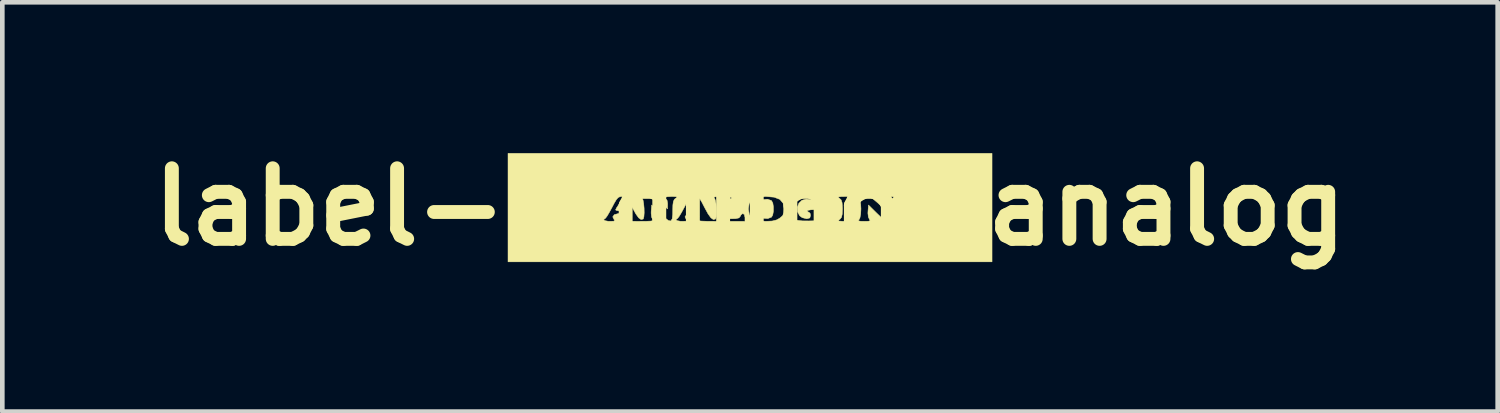
<source format=kicad_pcb>
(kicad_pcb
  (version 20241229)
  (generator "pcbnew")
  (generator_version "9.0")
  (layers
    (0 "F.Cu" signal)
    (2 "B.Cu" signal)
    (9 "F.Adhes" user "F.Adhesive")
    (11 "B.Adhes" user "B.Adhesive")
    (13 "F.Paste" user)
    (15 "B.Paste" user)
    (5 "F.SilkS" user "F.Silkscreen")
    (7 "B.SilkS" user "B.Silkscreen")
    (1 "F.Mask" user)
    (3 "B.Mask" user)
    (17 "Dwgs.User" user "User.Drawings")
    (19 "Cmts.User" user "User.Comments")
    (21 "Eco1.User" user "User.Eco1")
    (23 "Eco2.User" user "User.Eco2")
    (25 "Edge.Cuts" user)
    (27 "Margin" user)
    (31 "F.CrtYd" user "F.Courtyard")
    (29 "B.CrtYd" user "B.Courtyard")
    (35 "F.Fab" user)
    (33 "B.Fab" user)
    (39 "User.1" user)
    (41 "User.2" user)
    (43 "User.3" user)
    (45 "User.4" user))
  (footprint "label-arduino-analog"
    (layer "F.Cu")
    (at 13.143 1.418)
    (property "Reference" "label-arduino-analog" (at 0 0 0) (layer "F.SilkS") (effects (font (size 1.524 1.524) (thickness 0.3))))
    (attr through_hole)
    (fp_poly (pts (xy -2.765 -0.004) (xy -2.742 0.056) (xy -2.756 0.08) (xy -2.814 0.085) (xy -2.881 0.077) (xy -2.902 0.064) (xy -2.885 0.025) (xy -2.852 -0.025) (xy -2.804 -0.092) (xy -2.765 -0.004)) (stroke (width 0.01) (type solid)) (fill yes) (layer "F.SilkS"))
    (fp_poly (pts (xy -1.205 -0.004) (xy -1.182 0.056) (xy -1.196 0.08) (xy -1.254 0.085) (xy -1.321 0.077) (xy -1.341 0.064) (xy -1.324 0.025) (xy -1.292 -0.025) (xy -1.244 -0.092) (xy -1.205 -0.004)) (stroke (width 0.01) (type solid)) (fill yes) (layer "F.SilkS"))
    (fp_poly (pts (xy 0.46 -0.139) (xy 0.464 -0.135) (xy 0.492 -0.085) (xy 0.505 -0.001) (xy 0.505 0.093) (xy 0.49 0.175) (xy 0.464 0.22) (xy 0.383 0.251) (xy 0.291 0.245) (xy 0.222 0.204) (xy 0.219 0.199) (xy 0.193 0.134) (xy 0.182 0.049) (xy 0.181 0.042) (xy 0.192 -0.043) (xy 0.217 -0.111) (xy 0.219 -0.115) (xy 0.284 -0.158) (xy 0.376 -0.167) (xy 0.46 -0.139)) (stroke (width 0.01) (type solid)) (fill yes) (layer "F.SilkS"))
    (fp_poly (pts (xy 5.225 1.185) (xy -5.225 1.185) (xy -5.225 0.273) (xy -3.161 0.273) (xy -3.136 0.295) (xy -3.063 0.309) (xy -3.025 0.31) (xy -2.942 0.307) (xy -2.92 0.292) (xy -2.935 0.272) (xy -2.964 0.214) (xy -2.931 0.167) (xy -2.846 0.143) (xy -2.812 0.141) (xy -2.714 0.157) (xy -2.664 0.199) (xy -2.673 0.254) (xy -2.689 0.272) (xy -2.698 0.29) (xy -2.67 0.302) (xy -2.595 0.308) (xy -2.463 0.31) (xy -2.395 0.31) (xy -2.238 0.309) (xy -2.143 0.305) (xy -2.098 0.296) (xy -2.093 0.28) (xy -2.102 0.27) (xy -2.126 0.219) (xy -2.135 0.135) (xy -2.134 0.094) (xy -2.123 -0.042) (xy -1.945 0.134) (xy -1.834 0.239) (xy -1.758 0.295) (xy -1.709 0.302) (xy -1.691 0.273) (xy -1.601 0.273) (xy -1.576 0.295) (xy -1.503 0.309) (xy -1.465 0.31) (xy -1.382 0.307) (xy -1.359 0.292) (xy -1.375 0.272) (xy -1.404 0.214) (xy -1.371 0.167) (xy -1.285 0.143) (xy -1.252 0.141) (xy -1.153 0.157) (xy -1.104 0.199) (xy -1.113 0.254) (xy -1.129 0.272) (xy -1.135 0.287) (xy -1.11 0.298) (xy -1.044 0.305) (xy -0.929 0.309) (xy -0.755 0.31) (xy -0.639 0.31) (xy -0.109 0.31) (xy -0.109 0.226) (xy -0.124 0.163) (xy -0.158 0.142) (xy -0.194 0.17) (xy -0.207 0.198) (xy -0.238 0.236) (xy -0.307 0.252) (xy -0.367 0.254) (xy -0.508 0.254) (xy -0.508 0.042) (xy -0.036 0.042) (xy -0.014 0.166) (xy 0.057 0.25) (xy 0.179 0.297) (xy 0.341 0.31) (xy 0.478 0.304) (xy 0.574 0.28) (xy 0.639 0.244) (xy 0.702 0.191) (xy 0.731 0.128) (xy 0.735 0.076) (xy 0.8 0.076) (xy 0.839 0.179) (xy 0.898 0.245) (xy 0.991 0.284) (xy 1.13 0.301) (xy 1.27 0.302) (xy 1.506 0.296) (xy 1.506 0.292) (xy 1.905 0.292) (xy 1.923 0.304) (xy 1.994 0.309) (xy 2.077 0.31) (xy 2.19 0.306) (xy 2.266 0.294) (xy 2.286 0.282) (xy 2.258 0.255) (xy 2.25 0.254) (xy 2.231 0.228) (xy 2.219 0.157) (xy 2.213 0.052) (xy 2.213 0.042) (xy 2.218 -0.064) (xy 2.23 -0.139) (xy 2.248 -0.169) (xy 2.25 -0.169) (xy 2.285 -0.191) (xy 2.286 -0.198) (xy 2.259 -0.21) (xy 2.337 -0.21) (xy 2.351 -0.192) (xy 2.375 -0.145) (xy 2.39 -0.056) (xy 2.395 0.042) (xy 2.389 0.156) (xy 2.372 0.24) (xy 2.351 0.277) (xy 2.339 0.298) (xy 2.381 0.308) (xy 2.465 0.31) (xy 2.559 0.308) (xy 2.594 0.296) (xy 2.581 0.272) (xy 2.579 0.27) (xy 2.555 0.219) (xy 2.545 0.135) (xy 2.547 0.094) (xy 2.558 -0.042) (xy 2.736 0.134) (xy 2.846 0.239) (xy 2.923 0.295) (xy 2.972 0.302) (xy 2.999 0.258) (xy 3.01 0.162) (xy 3.012 0.081) (xy 3.015 -0.04) (xy 3.026 -0.118) (xy 3.048 -0.164) (xy 3.075 -0.186) (xy 3.106 -0.21) (xy 3.088 -0.221) (xy 3.011 -0.225) (xy 2.985 -0.225) (xy 2.89 -0.22) (xy 2.836 -0.205) (xy 2.83 -0.198) (xy 2.858 -0.17) (xy 2.867 -0.169) (xy 2.89 -0.144) (xy 2.901 -0.083) (xy 2.902 -0.064) (xy 2.9 0.042) (xy 2.753 -0.092) (xy 2.664 -0.167) (xy 2.596 -0.207) (xy 2.523 -0.223) (xy 2.456 -0.226) (xy 2.366 -0.222) (xy 2.337 -0.21) (xy 2.259 -0.21) (xy 2.253 -0.213) (xy 2.167 -0.223) (xy 2.077 -0.225) (xy 1.963 -0.223) (xy 1.911 -0.216) (xy 1.91 -0.202) (xy 1.932 -0.186) (xy 1.968 -0.151) (xy 1.988 -0.09) (xy 1.995 0.01) (xy 1.996 0.042) (xy 1.991 0.154) (xy 1.975 0.224) (xy 1.943 0.264) (xy 1.932 0.271) (xy 1.905 0.292) (xy 1.506 0.292) (xy 1.517 0.205) (xy 1.534 0.142) (xy 1.56 0.113) (xy 1.563 0.113) (xy 1.596 0.091) (xy 1.597 0.085) (xy 1.564 0.069) (xy 1.48 0.058) (xy 1.415 0.056) (xy 1.312 0.062) (xy 1.246 0.074) (xy 1.234 0.085) (xy 1.261 0.112) (xy 1.27 0.113) (xy 1.297 0.137) (xy 1.306 0.183) (xy 1.291 0.237) (xy 1.232 0.254) (xy 1.218 0.254) (xy 1.127 0.231) (xy 1.072 0.191) (xy 1.025 0.103) (xy 1.021 0.007) (xy 1.055 -0.08) (xy 1.121 -0.144) (xy 1.213 -0.169) (xy 1.215 -0.169) (xy 1.337 -0.157) (xy 1.405 -0.122) (xy 1.415 -0.093) (xy 1.434 -0.063) (xy 1.474 -0.07) (xy 1.51 -0.105) (xy 1.518 -0.126) (xy 1.511 -0.175) (xy 1.455 -0.207) (xy 1.342 -0.222) (xy 1.222 -0.225) (xy 1.094 -0.222) (xy 1.01 -0.206) (xy 0.941 -0.17) (xy 0.904 -0.143) (xy 0.817 -0.041) (xy 0.8 0.076) (xy 0.735 0.076) (xy 0.738 0.042) (xy 0.715 -0.08) (xy 0.644 -0.163) (xy 0.52 -0.211) (xy 0.341 -0.226) (xy 0.167 -0.21) (xy 0.049 -0.16) (xy -0.018 -0.073) (xy -0.036 0.042) (xy -0.508 0.042) (xy -0.505 -0.069) (xy -0.495 -0.135) (xy -0.474 -0.164) (xy -0.454 -0.169) (xy -0.405 -0.185) (xy -0.399 -0.198) (xy -0.432 -0.213) (xy -0.517 -0.223) (xy -0.606 -0.226) (xy -0.722 -0.223) (xy -0.775 -0.214) (xy -0.775 -0.197) (xy -0.769 -0.192) (xy -0.75 -0.15) (xy -0.735 -0.071) (xy -0.727 0.027) (xy -0.725 0.127) (xy -0.73 0.21) (xy -0.744 0.258) (xy -0.747 0.261) (xy -0.792 0.272) (xy -0.844 0.235) (xy -0.907 0.148) (xy -0.981 0.012) (xy -1.039 -0.101) (xy -1.082 -0.172) (xy -1.12 -0.209) (xy -1.161 -0.224) (xy -1.199 -0.226) (xy -1.249 -0.221) (xy -1.289 -0.201) (xy -1.328 -0.155) (xy -1.376 -0.072) (xy -1.418 0.007) (xy -1.475 0.112) (xy -1.524 0.195) (xy -1.559 0.242) (xy -1.567 0.249) (xy -1.601 0.273) (xy -1.691 0.273) (xy -1.681 0.258) (xy -1.67 0.162) (xy -1.669 0.081) (xy -1.666 -0.04) (xy -1.655 -0.118) (xy -1.633 -0.164) (xy -1.606 -0.186) (xy -1.575 -0.21) (xy -1.593 -0.221) (xy -1.67 -0.225) (xy -1.696 -0.225) (xy -1.791 -0.22) (xy -1.845 -0.205) (xy -1.851 -0.198) (xy -1.823 -0.17) (xy -1.814 -0.169) (xy -1.791 -0.144) (xy -1.78 -0.083) (xy -1.779 -0.064) (xy -1.781 0.042) (xy -1.928 -0.092) (xy -2.017 -0.167) (xy -2.085 -0.207) (xy -2.157 -0.223) (xy -2.224 -0.226) (xy -2.315 -0.222) (xy -2.344 -0.21) (xy -2.33 -0.192) (xy -2.31 -0.15) (xy -2.296 -0.071) (xy -2.287 0.027) (xy -2.285 0.127) (xy -2.291 0.21) (xy -2.304 0.258) (xy -2.308 0.261) (xy -2.352 0.272) (xy -2.405 0.235) (xy -2.467 0.148) (xy -2.541 0.012) (xy -2.599 -0.101) (xy -2.642 -0.172) (xy -2.68 -0.209) (xy -2.721 -0.224) (xy -2.759 -0.226) (xy -2.809 -0.221) (xy -2.849 -0.201) (xy -2.888 -0.155) (xy -2.937 -0.072) (xy -2.978 0.007) (xy -3.035 0.112) (xy -3.084 0.195) (xy -3.119 0.242) (xy -3.128 0.249) (xy -3.161 0.273) (xy -5.225 0.273) (xy -5.225 -1.157) (xy 5.225 -1.157) (xy 5.225 1.185)) (stroke (width 0.01) (type solid)) (fill yes) (layer "F.SilkS")))
  (gr_rect
    (start -3 -3)
    (end 29.285 5.836)
    (stroke (width 0.1) (type default))
    (fill no)
    (layer "Edge.Cuts")))
</source>
